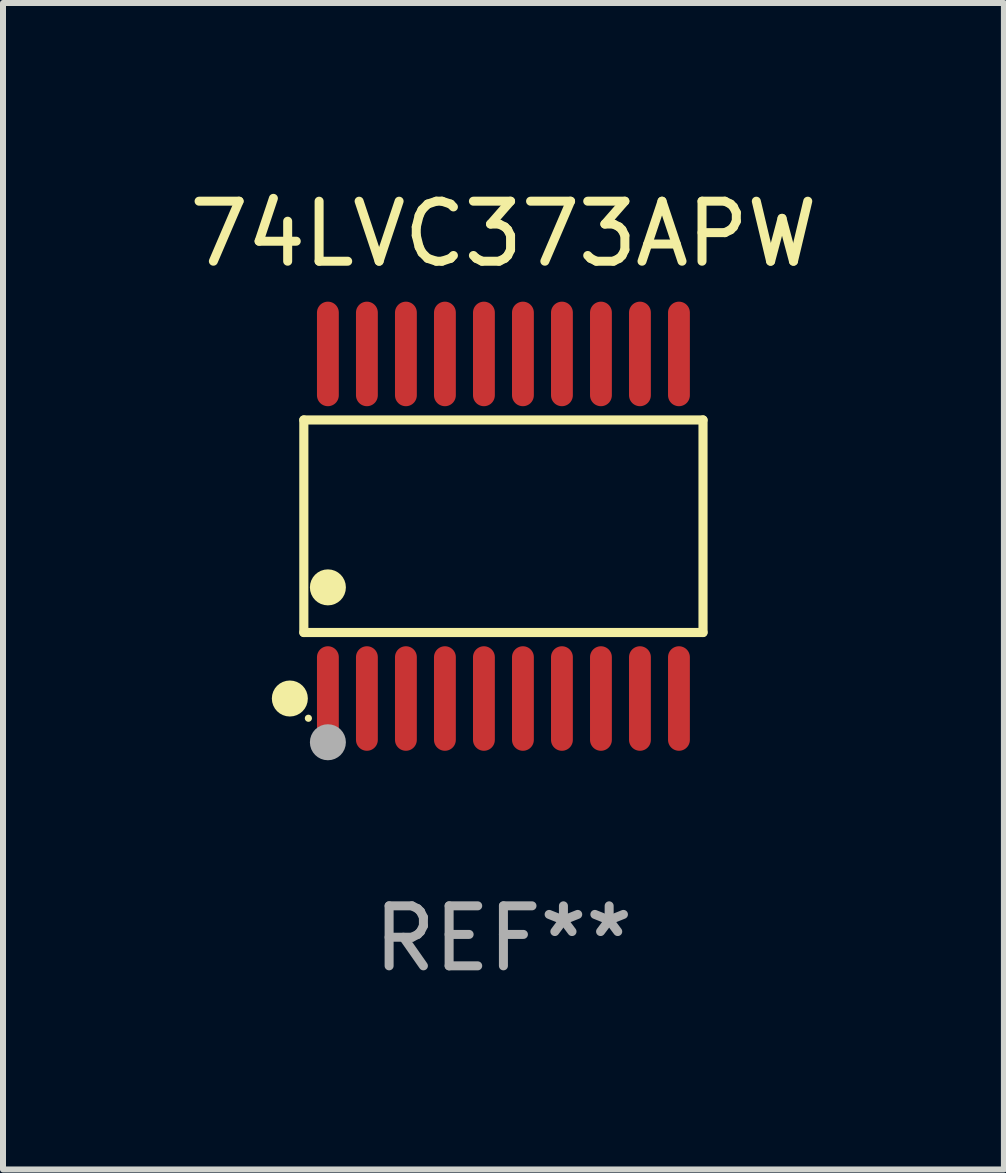
<source format=kicad_pcb>
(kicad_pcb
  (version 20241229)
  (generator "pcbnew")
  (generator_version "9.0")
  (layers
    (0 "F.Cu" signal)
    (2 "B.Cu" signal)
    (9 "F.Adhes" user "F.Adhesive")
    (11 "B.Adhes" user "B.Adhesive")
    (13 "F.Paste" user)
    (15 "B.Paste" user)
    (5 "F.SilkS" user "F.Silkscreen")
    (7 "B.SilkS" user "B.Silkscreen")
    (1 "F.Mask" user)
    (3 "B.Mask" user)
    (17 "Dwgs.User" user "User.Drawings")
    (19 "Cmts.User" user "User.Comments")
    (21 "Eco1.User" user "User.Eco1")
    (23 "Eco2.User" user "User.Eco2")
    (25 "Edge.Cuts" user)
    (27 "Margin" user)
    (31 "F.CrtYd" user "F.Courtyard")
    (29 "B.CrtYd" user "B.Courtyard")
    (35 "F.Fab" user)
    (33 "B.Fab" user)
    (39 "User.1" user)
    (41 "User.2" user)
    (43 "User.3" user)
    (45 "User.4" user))
  (footprint "74LVC373APW"
    (layer "F.Cu")
    (at 5.339 5.719)
    (property "Reference" "74LVC373APW" (at 0 -4.871 0) (layer "F.SilkS") (effects (font (size 1 1) (thickness 0.15))))
    (attr through_hole)
    (fp_line (start -3.326 -1.771) (end 3.326 -1.771) (stroke (width 0.152) (type solid)) (layer "F.SilkS"))
    (fp_line (start -3.326 1.771) (end -3.326 -1.771) (stroke (width 0.152) (type solid)) (layer "F.SilkS"))
    (fp_line (start 3.326 -1.771) (end 3.326 1.771) (stroke (width 0.152) (type solid)) (layer "F.SilkS"))
    (fp_line (start 3.326 1.771) (end -3.326 1.771) (stroke (width 0.152) (type solid)) (layer "F.SilkS"))
    (fp_circle (center -3.559 2.871) (end -3.409 2.871) (stroke (width 0.3) (type solid)) (fill no) (layer "F.SilkS"))
    (fp_circle (center -3.25 3.2) (end -3.22 3.2) (stroke (width 0.06) (type solid)) (fill no) (layer "F.SilkS"))
    (fp_circle (center -2.925 1.019) (end -2.775 1.019) (stroke (width 0.3) (type solid)) (fill no) (layer "F.SilkS"))
    (fp_circle (center -2.925 3.6) (end -2.775 3.6) (stroke (width 0.3) (type solid)) (fill no) (layer "F.Fab"))
    (fp_text user "REF**" (at 0 6.871 0) (layer "F.Fab") (effects (font (size 1 1) (thickness 0.15))))
    (pad "1" smd oval (at -2.925 2.871) (size 0.364 1.742) (layers "F.Cu" "F.Mask" "F.Paste"))
    (pad "2" smd oval (at -2.275 2.871) (size 0.364 1.742) (layers "F.Cu" "F.Mask" "F.Paste"))
    (pad "3" smd oval (at -1.625 2.871) (size 0.364 1.742) (layers "F.Cu" "F.Mask" "F.Paste"))
    (pad "4" smd oval (at -0.975 2.871) (size 0.364 1.742) (layers "F.Cu" "F.Mask" "F.Paste"))
    (pad "5" smd oval (at -0.325 2.871) (size 0.364 1.742) (layers "F.Cu" "F.Mask" "F.Paste"))
    (pad "6" smd oval (at 0.325 2.871) (size 0.364 1.742) (layers "F.Cu" "F.Mask" "F.Paste"))
    (pad "7" smd oval (at 0.975 2.871) (size 0.364 1.742) (layers "F.Cu" "F.Mask" "F.Paste"))
    (pad "8" smd oval (at 1.625 2.871) (size 0.364 1.742) (layers "F.Cu" "F.Mask" "F.Paste"))
    (pad "9" smd oval (at 2.275 2.871) (size 0.364 1.742) (layers "F.Cu" "F.Mask" "F.Paste"))
    (pad "10" smd oval (at 2.925 2.871) (size 0.364 1.742) (layers "F.Cu" "F.Mask" "F.Paste"))
    (pad "11" smd oval (at 2.925 -2.871) (size 0.364 1.742) (layers "F.Cu" "F.Mask" "F.Paste"))
    (pad "12" smd oval (at 2.275 -2.871) (size 0.364 1.742) (layers "F.Cu" "F.Mask" "F.Paste"))
    (pad "13" smd oval (at 1.625 -2.871) (size 0.364 1.742) (layers "F.Cu" "F.Mask" "F.Paste"))
    (pad "14" smd oval (at 0.975 -2.871) (size 0.364 1.742) (layers "F.Cu" "F.Mask" "F.Paste"))
    (pad "15" smd oval (at 0.325 -2.871) (size 0.364 1.742) (layers "F.Cu" "F.Mask" "F.Paste"))
    (pad "16" smd oval (at -0.325 -2.871) (size 0.364 1.742) (layers "F.Cu" "F.Mask" "F.Paste"))
    (pad "17" smd oval (at -0.975 -2.871) (size 0.364 1.742) (layers "F.Cu" "F.Mask" "F.Paste"))
    (pad "18" smd oval (at -1.625 -2.871) (size 0.364 1.742) (layers "F.Cu" "F.Mask" "F.Paste"))
    (pad "19" smd oval (at -2.275 -2.871) (size 0.364 1.742) (layers "F.Cu" "F.Mask" "F.Paste"))
    (pad "20" smd oval (at -2.925 -2.871) (size 0.364 1.742) (layers "F.Cu" "F.Mask" "F.Paste")))
  (gr_rect
    (start -3 -3)
    (end 13.679 16.438)
    (stroke (width 0.1) (type default))
    (fill no)
    (layer "Edge.Cuts")))
</source>
